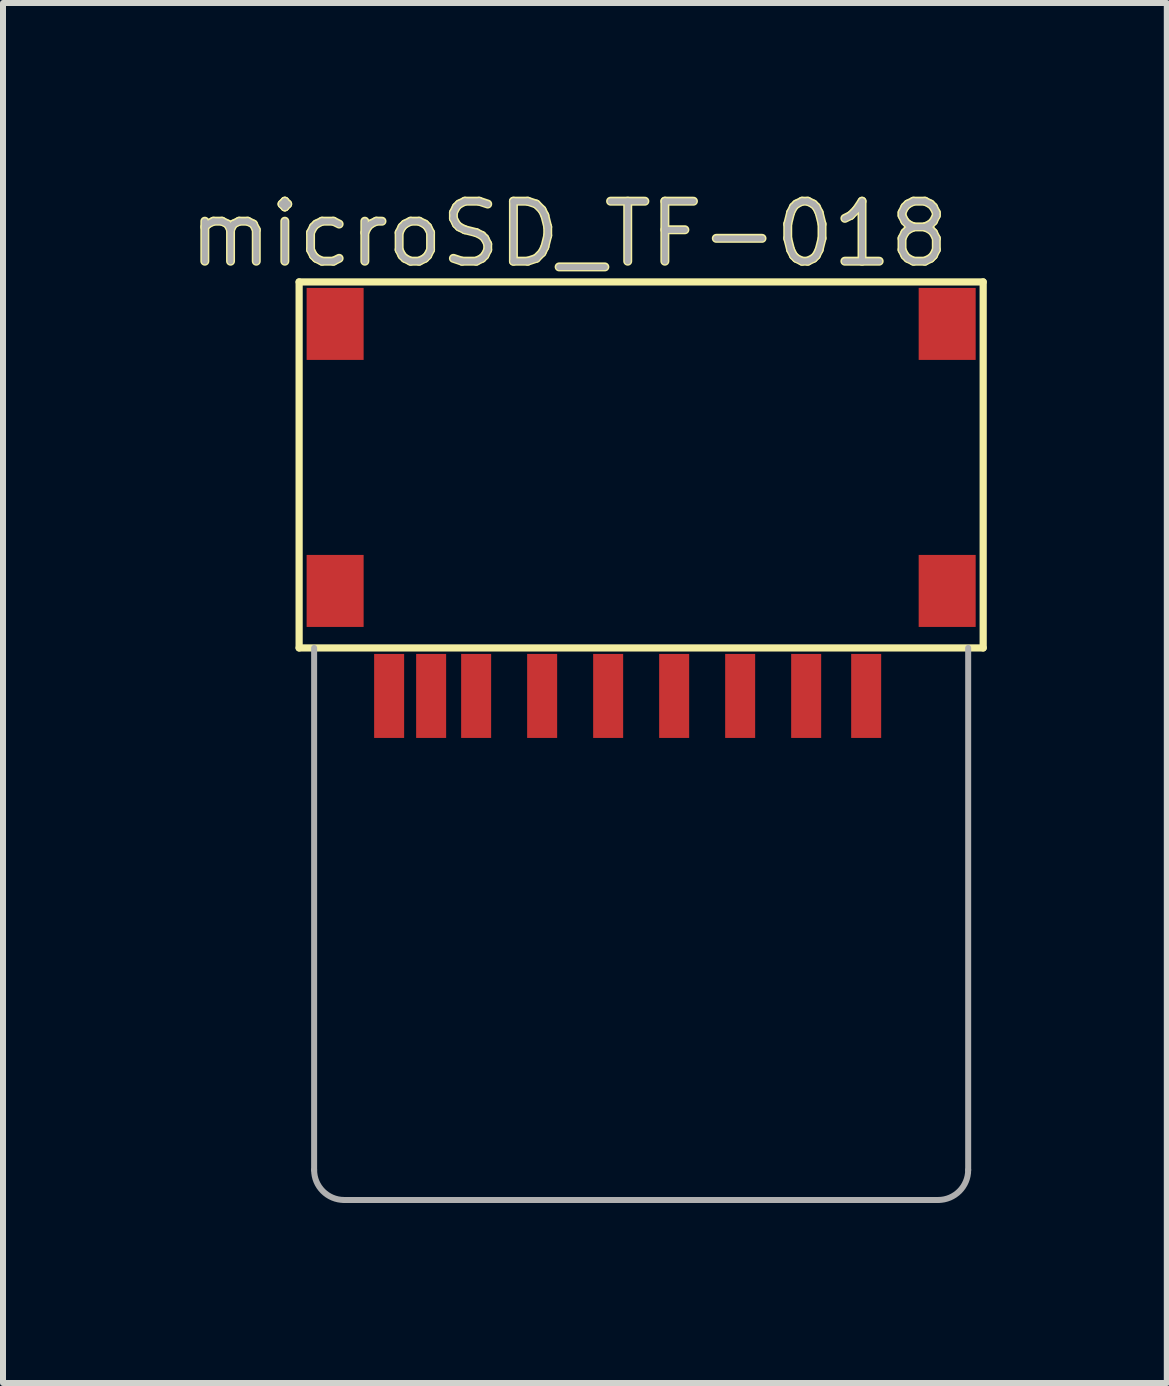
<source format=kicad_pcb>
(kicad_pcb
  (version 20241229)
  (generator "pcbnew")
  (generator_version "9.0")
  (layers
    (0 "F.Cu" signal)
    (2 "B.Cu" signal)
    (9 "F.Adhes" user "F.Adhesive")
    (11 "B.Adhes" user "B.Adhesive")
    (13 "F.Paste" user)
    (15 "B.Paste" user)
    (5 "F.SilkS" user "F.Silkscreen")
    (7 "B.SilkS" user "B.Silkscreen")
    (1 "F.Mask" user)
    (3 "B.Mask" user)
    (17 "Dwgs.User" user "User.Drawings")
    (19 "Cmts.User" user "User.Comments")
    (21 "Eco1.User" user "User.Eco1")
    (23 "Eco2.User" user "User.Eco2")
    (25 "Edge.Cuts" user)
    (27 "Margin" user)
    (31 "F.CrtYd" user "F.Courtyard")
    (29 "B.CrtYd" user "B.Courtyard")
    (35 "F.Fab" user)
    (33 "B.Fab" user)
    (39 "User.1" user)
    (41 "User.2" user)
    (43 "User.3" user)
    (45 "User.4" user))
  (footprint "microSD_TF-018"
    (layer "F.Cu")
    (at 7.635 8.548)
    (property "Reference" "microSD_TF-018" (at -1.2 -7.7 180) (layer "F.SilkS") (effects (font (size 1 1) (thickness 0.15))))
    (attr smd)
    (fp_line (start -5.7 -6.9) (end 5.7 -6.9) (stroke (width 0.12) (type solid)) (layer "F.SilkS"))
    (fp_line (start -5.7 -0.8) (end -5.7 -6.9) (stroke (width 0.12) (type solid)) (layer "F.SilkS"))
    (fp_line (start 5.7 -6.9) (end 5.7 -0.8) (stroke (width 0.12) (type solid)) (layer "F.SilkS"))
    (fp_line (start 5.7 -0.8) (end -5.7 -0.8) (stroke (width 0.12) (type solid)) (layer "F.SilkS"))
    (fp_line (start -5.45 -0.8) (end -5.45 7.9) (stroke (width 0.1) (type solid)) (layer "F.Fab"))
    (fp_line (start -4.95 8.4) (end 4.95 8.4) (stroke (width 0.1) (type solid)) (layer "F.Fab"))
    (fp_line (start 5.45 7.9) (end 5.45 -0.8) (stroke (width 0.1) (type solid)) (layer "F.Fab"))
    (fp_arc (start -4.95 8.4) (mid -5.303553 8.253553) (end -5.45 7.9) (stroke (width 0.1) (type solid)) (layer "F.Fab"))
    (fp_arc (start 5.45 7.9) (mid 5.303553 8.253553) (end 4.95 8.4) (stroke (width 0.1) (type solid)) (layer "F.Fab"))
    (fp_text user "${REFERENCE}" (at -1.2 -7.7 180) (layer "F.Fab") (effects (font (size 1 1) (thickness 0.1))))
    (pad "1" smd rect (at 3.75 0 180) (size 0.5 1.4) (layers "F.Cu" "F.Mask" "F.Paste"))
    (pad "2" smd rect (at 2.75 0 180) (size 0.5 1.4) (layers "F.Cu" "F.Mask" "F.Paste"))
    (pad "3" smd rect (at 1.65 0 180) (size 0.5 1.4) (layers "F.Cu" "F.Mask" "F.Paste"))
    (pad "4" smd rect (at 0.55 0 180) (size 0.5 1.4) (layers "F.Cu" "F.Mask" "F.Paste"))
    (pad "5" smd rect (at -0.55 0 180) (size 0.5 1.4) (layers "F.Cu" "F.Mask" "F.Paste"))
    (pad "6" smd rect (at -1.65 0 180) (size 0.5 1.4) (layers "F.Cu" "F.Mask" "F.Paste"))
    (pad "7" smd rect (at -2.75 0 180) (size 0.5 1.4) (layers "F.Cu" "F.Mask" "F.Paste"))
    (pad "8" smd rect (at -3.5 0 180) (size 0.5 1.4) (layers "F.Cu" "F.Mask" "F.Paste"))
    (pad "9" smd rect (at -4.2 0 180) (size 0.5 1.4) (layers "F.Cu" "F.Mask" "F.Paste"))
    (pad "10" smd rect (at -5.1 -6.2 180) (size 0.95 1.2) (layers "F.Cu" "F.Mask" "F.Paste"))
    (pad "10" smd rect (at -5.1 -1.75 180) (size 0.95 1.2) (layers "F.Cu" "F.Mask" "F.Paste"))
    (pad "10" smd rect (at 5.1 -6.2) (size 0.95 1.2) (layers "F.Cu" "F.Mask" "F.Paste"))
    (pad "10" smd rect (at 5.1 -1.75) (size 0.95 1.2) (layers "F.Cu" "F.Mask" "F.Paste")))
  (gr_rect
    (start -3 -3)
    (end 16.395 19.998)
    (stroke (width 0.1) (type default))
    (fill no)
    (layer "Edge.Cuts")))
</source>
